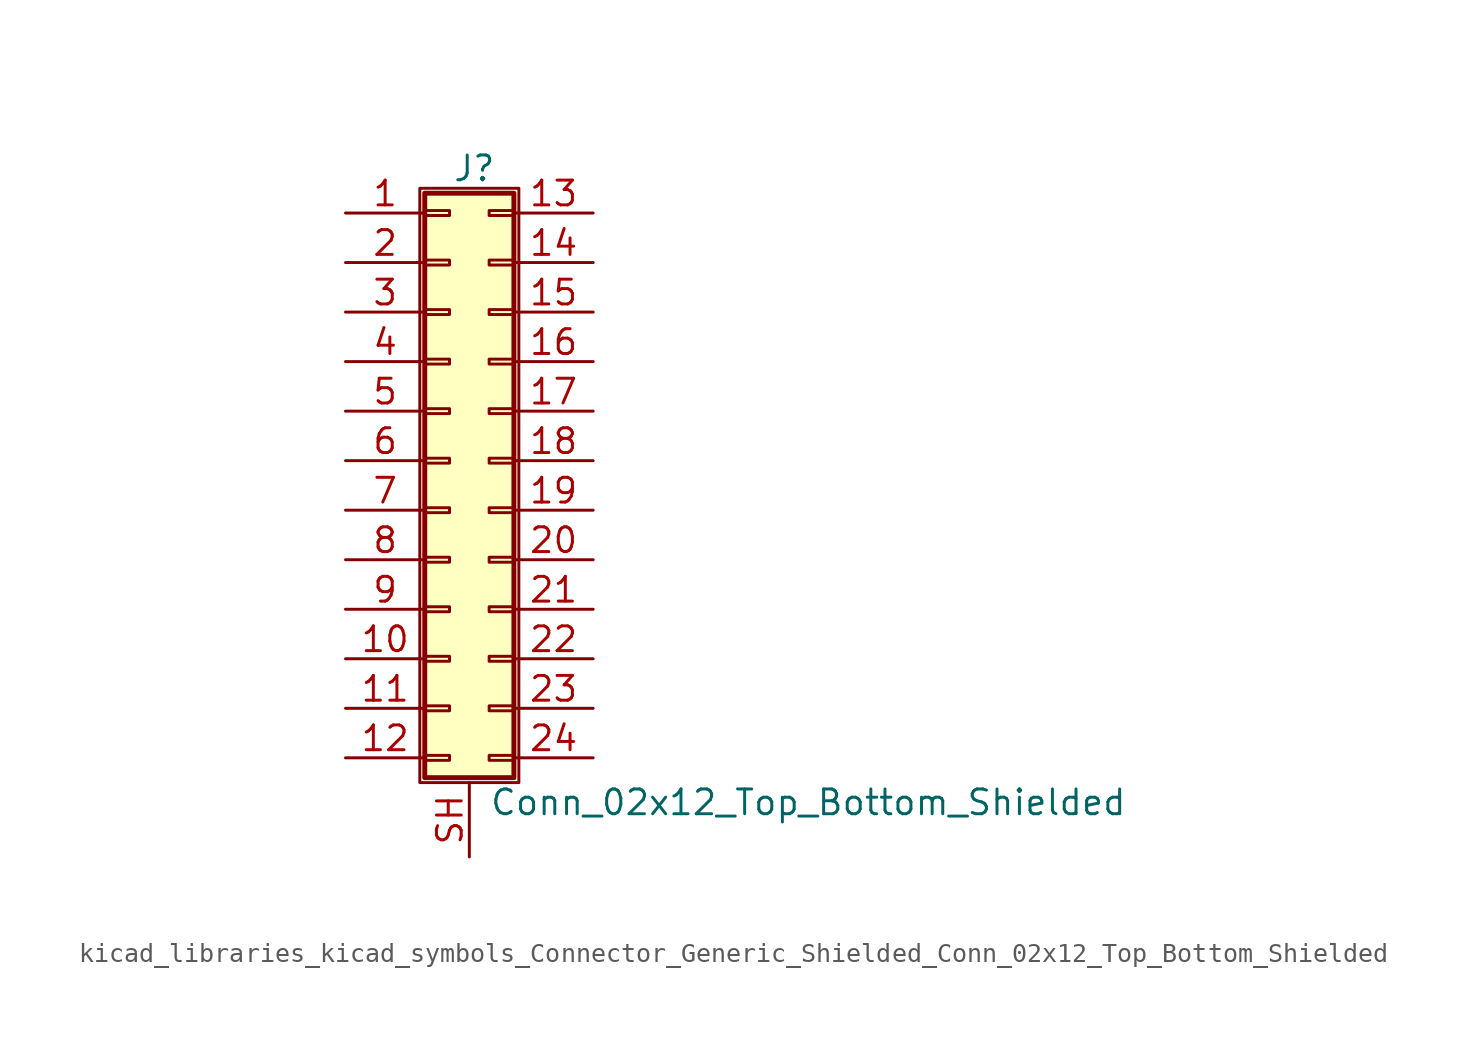
<source format=kicad_sym>
(kicad_symbol_lib
  (version 20220914)
  (generator kicad_symbol_editor)
  (symbol "kicad_libraries_kicad_symbols_Connector_Generic_Shielded_Conn_02x12_Top_Bottom_Shielded"
    (pin_names
      (offset 1.016) hide)
    (property "Reference" "J"
      (at 1.524 14.986 0)
      (effects (font (size 1.27 1.27))))
    (property "Value" "Conn_02x12_Top_Bottom_Shielded"
      (at 2.286 -17.526 0)
      (effects (font (size 1.27 1.27)) (justify left)))
    (symbol "kicad_libraries_kicad_symbols_Connector_Generic_Shielded_Conn_02x12_Top_Bottom_Shielded_1_1"
      (rectangle (start -1.27 13.97) (end 3.81 -16.51) (stroke (width 0.152) (type default)) (fill (type none)))
      (rectangle (start -1.016 -15.113) (end 0.254 -15.367) (stroke (width 0.152) (type default)) (fill (type none)))
      (rectangle (start -1.016 -12.573) (end 0.254 -12.827) (stroke (width 0.152) (type default)) (fill (type none)))
      (rectangle (start -1.016 -10.033) (end 0.254 -10.287) (stroke (width 0.152) (type default)) (fill (type none)))
      (rectangle (start -1.016 -7.493) (end 0.254 -7.747) (stroke (width 0.152) (type default)) (fill (type none)))
      (rectangle (start -1.016 -4.953) (end 0.254 -5.207) (stroke (width 0.152) (type default)) (fill (type none)))
      (rectangle (start -1.016 -2.413) (end 0.254 -2.667) (stroke (width 0.152) (type default)) (fill (type none)))
      (rectangle (start -1.016 0.127) (end 0.254 -0.127) (stroke (width 0.152) (type default)) (fill (type none)))
      (rectangle (start -1.016 2.667) (end 0.254 2.413) (stroke (width 0.152) (type default)) (fill (type none)))
      (rectangle (start -1.016 5.207) (end 0.254 4.953) (stroke (width 0.152) (type default)) (fill (type none)))
      (rectangle (start -1.016 7.747) (end 0.254 7.493) (stroke (width 0.152) (type default)) (fill (type none)))
      (rectangle (start -1.016 10.287) (end 0.254 10.033) (stroke (width 0.152) (type default)) (fill (type none)))
      (rectangle (start -1.016 12.827) (end 0.254 12.573) (stroke (width 0.152) (type default)) (fill (type none)))
      (rectangle (start -1.016 13.716) (end 3.556 -16.256) (stroke (width 0.254) (type default)) (fill (type background)))
      (rectangle (start 3.556 -15.113) (end 2.286 -15.367) (stroke (width 0.152) (type default)) (fill (type none)))
      (rectangle (start 3.556 -12.573) (end 2.286 -12.827) (stroke (width 0.152) (type default)) (fill (type none)))
      (rectangle (start 3.556 -10.033) (end 2.286 -10.287) (stroke (width 0.152) (type default)) (fill (type none)))
      (rectangle (start 3.556 -7.493) (end 2.286 -7.747) (stroke (width 0.152) (type default)) (fill (type none)))
      (rectangle (start 3.556 -4.953) (end 2.286 -5.207) (stroke (width 0.152) (type default)) (fill (type none)))
      (rectangle (start 3.556 -2.413) (end 2.286 -2.667) (stroke (width 0.152) (type default)) (fill (type none)))
      (rectangle (start 3.556 0.127) (end 2.286 -0.127) (stroke (width 0.152) (type default)) (fill (type none)))
      (rectangle (start 3.556 2.667) (end 2.286 2.413) (stroke (width 0.152) (type default)) (fill (type none)))
      (rectangle (start 3.556 5.207) (end 2.286 4.953) (stroke (width 0.152) (type default)) (fill (type none)))
      (rectangle (start 3.556 7.747) (end 2.286 7.493) (stroke (width 0.152) (type default)) (fill (type none)))
      (rectangle (start 3.556 10.287) (end 2.286 10.033) (stroke (width 0.152) (type default)) (fill (type none)))
      (rectangle (start 3.556 12.827) (end 2.286 12.573) (stroke (width 0.152) (type default)) (fill (type none)))
      (pin passive line (at -5.08 12.7 0) (length 4.064) (name "Pin_1" (effects (font (size 1.27 1.27)))) (number "1" (effects (font (size 1.27 1.27)))))
      (pin passive line (at -5.08 -10.16 0) (length 4.064) (name "Pin_10" (effects (font (size 1.27 1.27)))) (number "10" (effects (font (size 1.27 1.27)))))
      (pin passive line (at -5.08 -12.7 0) (length 4.064) (name "Pin_11" (effects (font (size 1.27 1.27)))) (number "11" (effects (font (size 1.27 1.27)))))
      (pin passive line (at -5.08 -15.24 0) (length 4.064) (name "Pin_12" (effects (font (size 1.27 1.27)))) (number "12" (effects (font (size 1.27 1.27)))))
      (pin passive line (at 7.62 12.7 180) (length 4.064) (name "Pin_13" (effects (font (size 1.27 1.27)))) (number "13" (effects (font (size 1.27 1.27)))))
      (pin passive line (at 7.62 10.16 180) (length 4.064) (name "Pin_14" (effects (font (size 1.27 1.27)))) (number "14" (effects (font (size 1.27 1.27)))))
      (pin passive line (at 7.62 7.62 180) (length 4.064) (name "Pin_15" (effects (font (size 1.27 1.27)))) (number "15" (effects (font (size 1.27 1.27)))))
      (pin passive line (at 7.62 5.08 180) (length 4.064) (name "Pin_16" (effects (font (size 1.27 1.27)))) (number "16" (effects (font (size 1.27 1.27)))))
      (pin passive line (at 7.62 2.54 180) (length 4.064) (name "Pin_17" (effects (font (size 1.27 1.27)))) (number "17" (effects (font (size 1.27 1.27)))))
      (pin passive line (at 7.62 0 180) (length 4.064) (name "Pin_18" (effects (font (size 1.27 1.27)))) (number "18" (effects (font (size 1.27 1.27)))))
      (pin passive line (at 7.62 -2.54 180) (length 4.064) (name "Pin_19" (effects (font (size 1.27 1.27)))) (number "19" (effects (font (size 1.27 1.27)))))
      (pin passive line (at -5.08 10.16 0) (length 4.064) (name "Pin_2" (effects (font (size 1.27 1.27)))) (number "2" (effects (font (size 1.27 1.27)))))
      (pin passive line (at 7.62 -5.08 180) (length 4.064) (name "Pin_20" (effects (font (size 1.27 1.27)))) (number "20" (effects (font (size 1.27 1.27)))))
      (pin passive line (at 7.62 -7.62 180) (length 4.064) (name "Pin_21" (effects (font (size 1.27 1.27)))) (number "21" (effects (font (size 1.27 1.27)))))
      (pin passive line (at 7.62 -10.16 180) (length 4.064) (name "Pin_22" (effects (font (size 1.27 1.27)))) (number "22" (effects (font (size 1.27 1.27)))))
      (pin passive line (at 7.62 -12.7 180) (length 4.064) (name "Pin_23" (effects (font (size 1.27 1.27)))) (number "23" (effects (font (size 1.27 1.27)))))
      (pin passive line (at 7.62 -15.24 180) (length 4.064) (name "Pin_24" (effects (font (size 1.27 1.27)))) (number "24" (effects (font (size 1.27 1.27)))))
      (pin passive line (at -5.08 7.62 0) (length 4.064) (name "Pin_3" (effects (font (size 1.27 1.27)))) (number "3" (effects (font (size 1.27 1.27)))))
      (pin passive line (at -5.08 5.08 0) (length 4.064) (name "Pin_4" (effects (font (size 1.27 1.27)))) (number "4" (effects (font (size 1.27 1.27)))))
      (pin passive line (at -5.08 2.54 0) (length 4.064) (name "Pin_5" (effects (font (size 1.27 1.27)))) (number "5" (effects (font (size 1.27 1.27)))))
      (pin passive line (at -5.08 0 0) (length 4.064) (name "Pin_6" (effects (font (size 1.27 1.27)))) (number "6" (effects (font (size 1.27 1.27)))))
      (pin passive line (at -5.08 -2.54 0) (length 4.064) (name "Pin_7" (effects (font (size 1.27 1.27)))) (number "7" (effects (font (size 1.27 1.27)))))
      (pin passive line (at -5.08 -5.08 0) (length 4.064) (name "Pin_8" (effects (font (size 1.27 1.27)))) (number "8" (effects (font (size 1.27 1.27)))))
      (pin passive line (at -5.08 -7.62 0) (length 4.064) (name "Pin_9" (effects (font (size 1.27 1.27)))) (number "9" (effects (font (size 1.27 1.27)))))
      (pin passive line (at 1.27 -20.32 90) (length 3.81) (name "Shield" (effects (font (size 1.27 1.27)))) (number "SH" (effects (font (size 1.27 1.27))))))))
</source>
